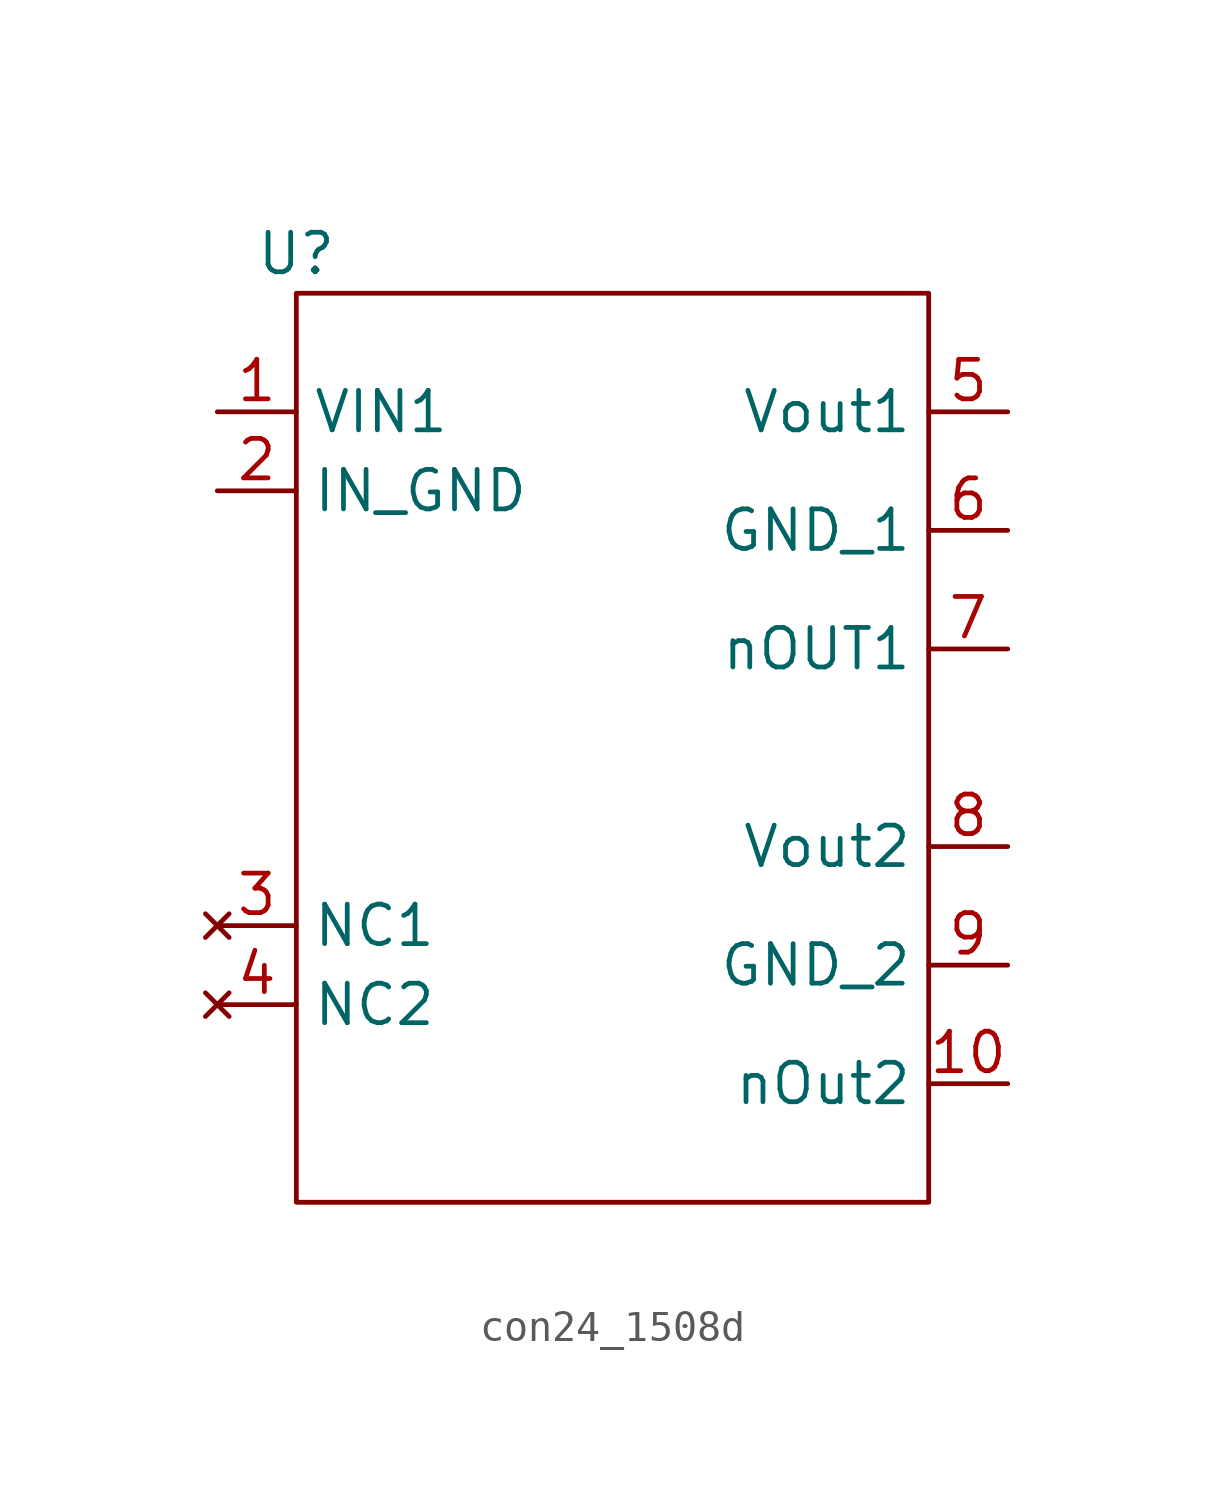
<source format=kicad_sym>
(kicad_symbol_lib
  (version 20220914)
  (generator kicad_symbol_editor)
  (symbol "con24_1508d"
    (property "Reference" "U"
      (at -10.16 12.7 0)
      (effects (font (size 1.27 1.27))))
    (property "Value" ""
      (at 0 0 0)
      (effects (font (size 1.27 1.27))))
    (symbol "con24_1508d_0_1"
      (rectangle (start -10.16 11.43) (end 10.16 -17.78) (stroke (width 0) (type default)) (fill (type none))))
    (symbol "con24_1508d_1_1"
      (pin power_in line (at -12.7 7.62 0) (length 2.54) (name "VIN1" (effects (font (size 1.27 1.27)))) (number "1" (effects (font (size 1.27 1.27)))))
      (pin power_out line (at 12.7 -13.97 180) (length 2.54) (name "nOut2" (effects (font (size 1.27 1.27)))) (number "10" (effects (font (size 1.27 1.27)))))
      (pin power_in line (at -12.7 5.08 0) (length 2.54) (name "IN_GND" (effects (font (size 1.27 1.27)))) (number "2" (effects (font (size 1.27 1.27)))))
      (pin no_connect line (at -12.7 -8.89 0) (length 2.54) (name "NC1" (effects (font (size 1.27 1.27)))) (number "3" (effects (font (size 1.27 1.27)))))
      (pin no_connect line (at -12.7 -11.43 0) (length 2.54) (name "NC2" (effects (font (size 1.27 1.27)))) (number "4" (effects (font (size 1.27 1.27)))))
      (pin power_out line (at 12.7 7.62 180) (length 2.54) (name "Vout1" (effects (font (size 1.27 1.27)))) (number "5" (effects (font (size 1.27 1.27)))))
      (pin power_out line (at 12.7 3.81 180) (length 2.54) (name "GND_1" (effects (font (size 1.27 1.27)))) (number "6" (effects (font (size 1.27 1.27)))))
      (pin power_out line (at 12.7 0 180) (length 2.54) (name "nOUT1" (effects (font (size 1.27 1.27)))) (number "7" (effects (font (size 1.27 1.27)))))
      (pin power_out line (at 12.7 -6.35 180) (length 2.54) (name "Vout2" (effects (font (size 1.27 1.27)))) (number "8" (effects (font (size 1.27 1.27)))))
      (pin power_out line (at 12.7 -10.16 180) (length 2.54) (name "GND_2" (effects (font (size 1.27 1.27)))) (number "9" (effects (font (size 1.27 1.27))))))))
</source>
